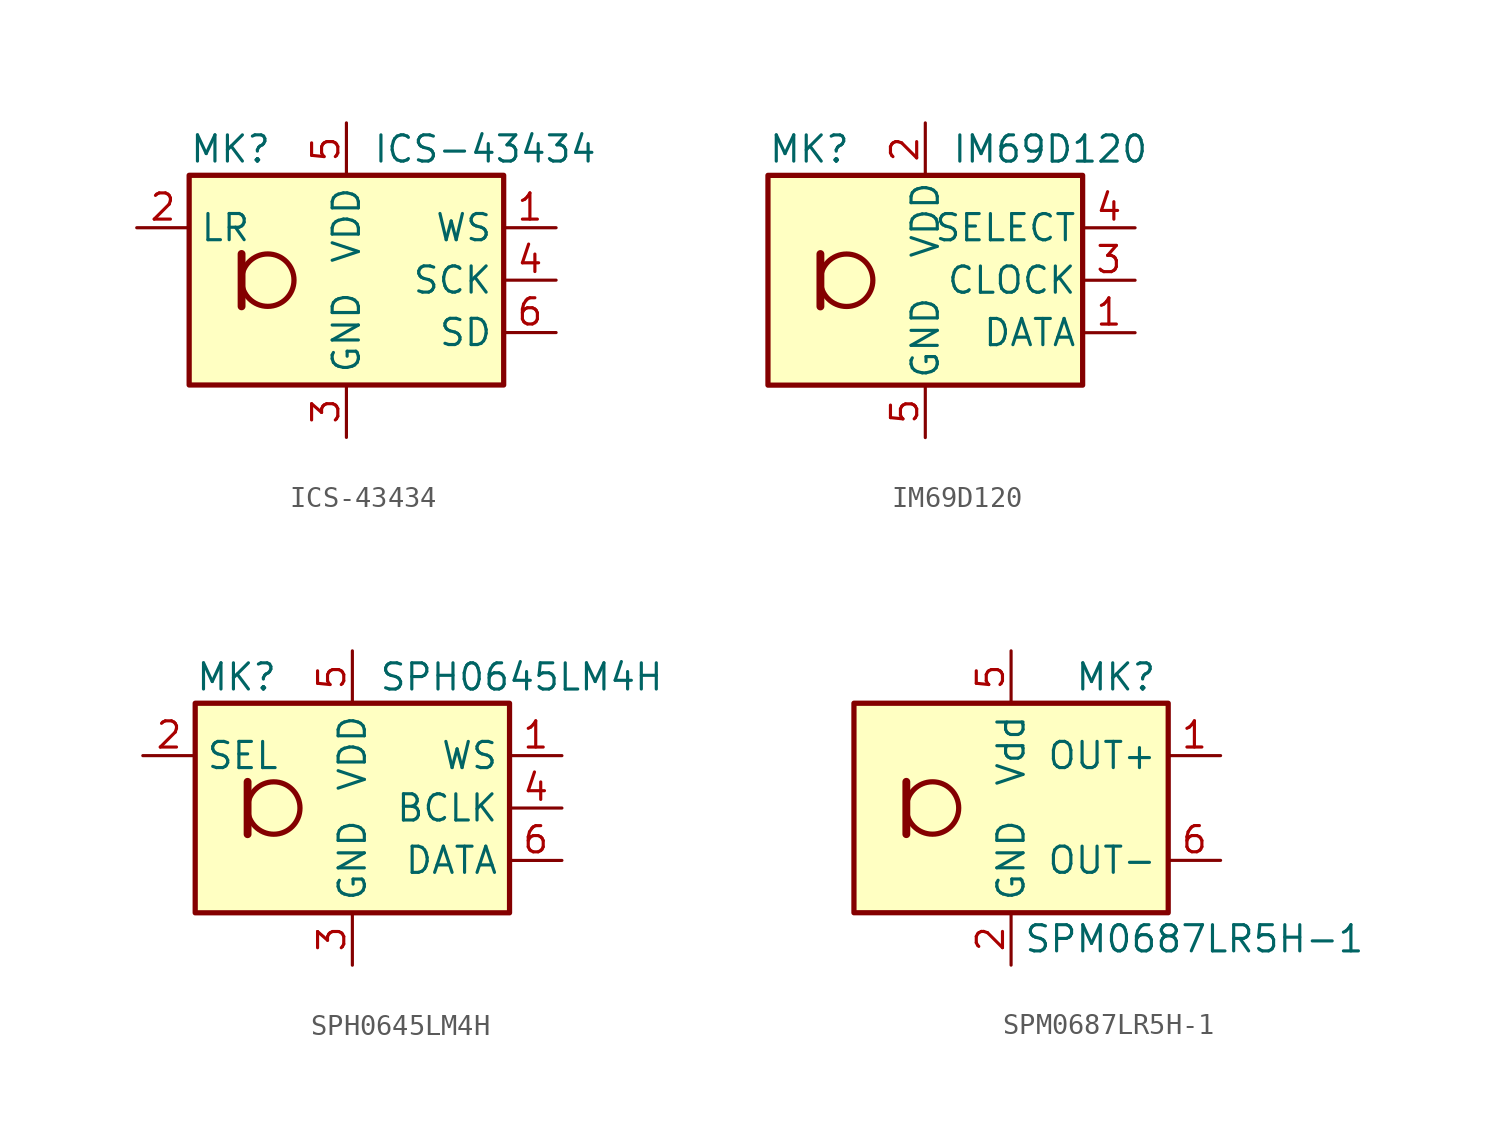
<source format=kicad_sym>
(kicad_symbol_lib
  (version 20231120)
  (generator "kicad_symbol_editor")
  (generator_version "8.0")
  (symbol "ICS-43434"
    (property "Reference" "MK"
      (at -7.62 6.35 0)
      (effects (font (size 1.27 1.27)) (justify left)))
    (property "Value" "ICS-43434"
      (at 1.27 6.35 0)
      (effects (font (size 1.27 1.27)) (justify left)))
    (symbol "ICS-43434_1_1"
      (rectangle (start -7.62 5.08) (end 7.62 -5.08) (stroke (width 0.254) (type default)) (fill (type background)))
      (circle (center -3.81 0) (radius 1.27) (stroke (width 0.254) (type default)) (fill (type none)))
      (polyline (pts (xy -5.08 1.27) (xy -5.08 -1.27)) (stroke (width 0.381) (type default)) (fill (type none)))
      (pin input line (at 10.16 2.54 180) (length 2.54) (name "WS" (effects (font (size 1.27 1.27)))) (number "1" (effects (font (size 1.27 1.27)))))
      (pin input line (at -10.16 2.54 0) (length 2.54) (name "LR" (effects (font (size 1.27 1.27)))) (number "2" (effects (font (size 1.27 1.27)))))
      (pin power_in line (at 0 -7.62 90) (length 2.54) (name "GND" (effects (font (size 1.27 1.27)))) (number "3" (effects (font (size 1.27 1.27)))))
      (pin input line (at 10.16 0 180) (length 2.54) (name "SCK" (effects (font (size 1.27 1.27)))) (number "4" (effects (font (size 1.27 1.27)))))
      (pin power_in line (at 0 7.62 270) (length 2.54) (name "VDD" (effects (font (size 1.27 1.27)))) (number "5" (effects (font (size 1.27 1.27)))))
      (pin output line (at 10.16 -2.54 180) (length 2.54) (name "SD" (effects (font (size 1.27 1.27)))) (number "6" (effects (font (size 1.27 1.27)))))))
  (symbol "IM69D120"
    (pin_names
      (offset 0.254))
    (property "Reference" "MK"
      (at -7.62 6.35 0)
      (effects (font (size 1.27 1.27)) (justify left)))
    (property "Value" "IM69D120"
      (at 1.27 6.35 0)
      (effects (font (size 1.27 1.27)) (justify left)))
    (symbol "IM69D120_0_1"
      (rectangle (start -7.62 5.08) (end 7.62 -5.08) (stroke (width 0.254) (type default)) (fill (type background)))
      (circle (center -3.81 0) (radius 1.27) (stroke (width 0.254) (type default)) (fill (type none)))
      (polyline (pts (xy -5.08 1.27) (xy -5.08 -1.27)) (stroke (width 0.381) (type default)) (fill (type none))))
    (symbol "IM69D120_1_1"
      (pin output line (at 10.16 -2.54 180) (length 2.54) (name "DATA" (effects (font (size 1.27 1.27)))) (number "1" (effects (font (size 1.27 1.27)))))
      (pin power_in line (at 0 7.62 270) (length 2.54) (name "VDD" (effects (font (size 1.27 1.27)))) (number "2" (effects (font (size 1.27 1.27)))))
      (pin input line (at 10.16 0 180) (length 2.54) (name "CLOCK" (effects (font (size 1.27 1.27)))) (number "3" (effects (font (size 1.27 1.27)))))
      (pin input line (at 10.16 2.54 180) (length 2.54) (name "SELECT" (effects (font (size 1.27 1.27)))) (number "4" (effects (font (size 1.27 1.27)))))
      (pin power_in line (at 0 -7.62 90) (length 2.54) (name "GND" (effects (font (size 1.27 1.27)))) (number "5" (effects (font (size 1.27 1.27)))))))
  (symbol "SPH0645LM4H"
    (property "Reference" "MK"
      (at -7.62 6.35 0)
      (effects (font (size 1.27 1.27)) (justify left)))
    (property "Value" "SPH0645LM4H"
      (at 1.27 6.35 0)
      (effects (font (size 1.27 1.27)) (justify left)))
    (symbol "SPH0645LM4H_1_1"
      (rectangle (start -7.62 5.08) (end 7.62 -5.08) (stroke (width 0.254) (type default)) (fill (type background)))
      (circle (center -3.81 0) (radius 1.27) (stroke (width 0.254) (type default)) (fill (type none)))
      (polyline (pts (xy -5.08 1.27) (xy -5.08 -1.27)) (stroke (width 0.381) (type default)) (fill (type none)))
      (pin input line (at 10.16 2.54 180) (length 2.54) (name "WS" (effects (font (size 1.27 1.27)))) (number "1" (effects (font (size 1.27 1.27)))))
      (pin input line (at -10.16 2.54 0) (length 2.54) (name "SEL" (effects (font (size 1.27 1.27)))) (number "2" (effects (font (size 1.27 1.27)))))
      (pin power_in line (at 0 -7.62 90) (length 2.54) (name "GND" (effects (font (size 1.27 1.27)))) (number "3" (effects (font (size 1.27 1.27)))))
      (pin input line (at 10.16 0 180) (length 2.54) (name "BCLK" (effects (font (size 1.27 1.27)))) (number "4" (effects (font (size 1.27 1.27)))))
      (pin power_in line (at 0 7.62 270) (length 2.54) (name "VDD" (effects (font (size 1.27 1.27)))) (number "5" (effects (font (size 1.27 1.27)))))
      (pin output line (at 10.16 -2.54 180) (length 2.54) (name "DATA" (effects (font (size 1.27 1.27)))) (number "6" (effects (font (size 1.27 1.27)))))))
  (symbol "SPM0687LR5H-1"
    (property "Reference" "MK"
      (at 5.08 6.35 0)
      (effects (font (size 1.27 1.27))))
    (property "Value" "SPM0687LR5H-1"
      (at 8.89 -6.35 0)
      (effects (font (size 1.27 1.27))))
    (symbol "SPM0687LR5H-1_1_1"
      (rectangle (start -7.62 5.08) (end 7.62 -5.08) (stroke (width 0.254) (type default)) (fill (type background)))
      (circle (center -3.81 0) (radius 1.27) (stroke (width 0.254) (type default)) (fill (type none)))
      (polyline (pts (xy -5.08 1.27) (xy -5.08 -1.27)) (stroke (width 0.381) (type default)) (fill (type none)))
      (pin output line (at 10.16 2.54 180) (length 2.54) (name "OUT+" (effects (font (size 1.27 1.27)))) (number "1" (effects (font (size 1.27 1.27)))))
      (pin power_in line (at 0 -7.62 90) (length 2.54) (name "GND" (effects (font (size 1.27 1.27)))) (number "2" (effects (font (size 1.27 1.27)))))
      (pin passive line (at 0 -7.62 90) (length 2.54) hide (name "GND" (effects (font (size 1.27 1.27)))) (number "3" (effects (font (size 1.27 1.27)))))
      (pin passive line (at 0 -7.62 90) (length 2.54) hide (name "GND" (effects (font (size 1.27 1.27)))) (number "4" (effects (font (size 1.27 1.27)))))
      (pin power_in line (at 0 7.62 270) (length 2.54) (name "Vdd" (effects (font (size 1.27 1.27)))) (number "5" (effects (font (size 1.27 1.27)))))
      (pin output line (at 10.16 -2.54 180) (length 2.54) (name "OUT-" (effects (font (size 1.27 1.27)))) (number "6" (effects (font (size 1.27 1.27))))))))
</source>
